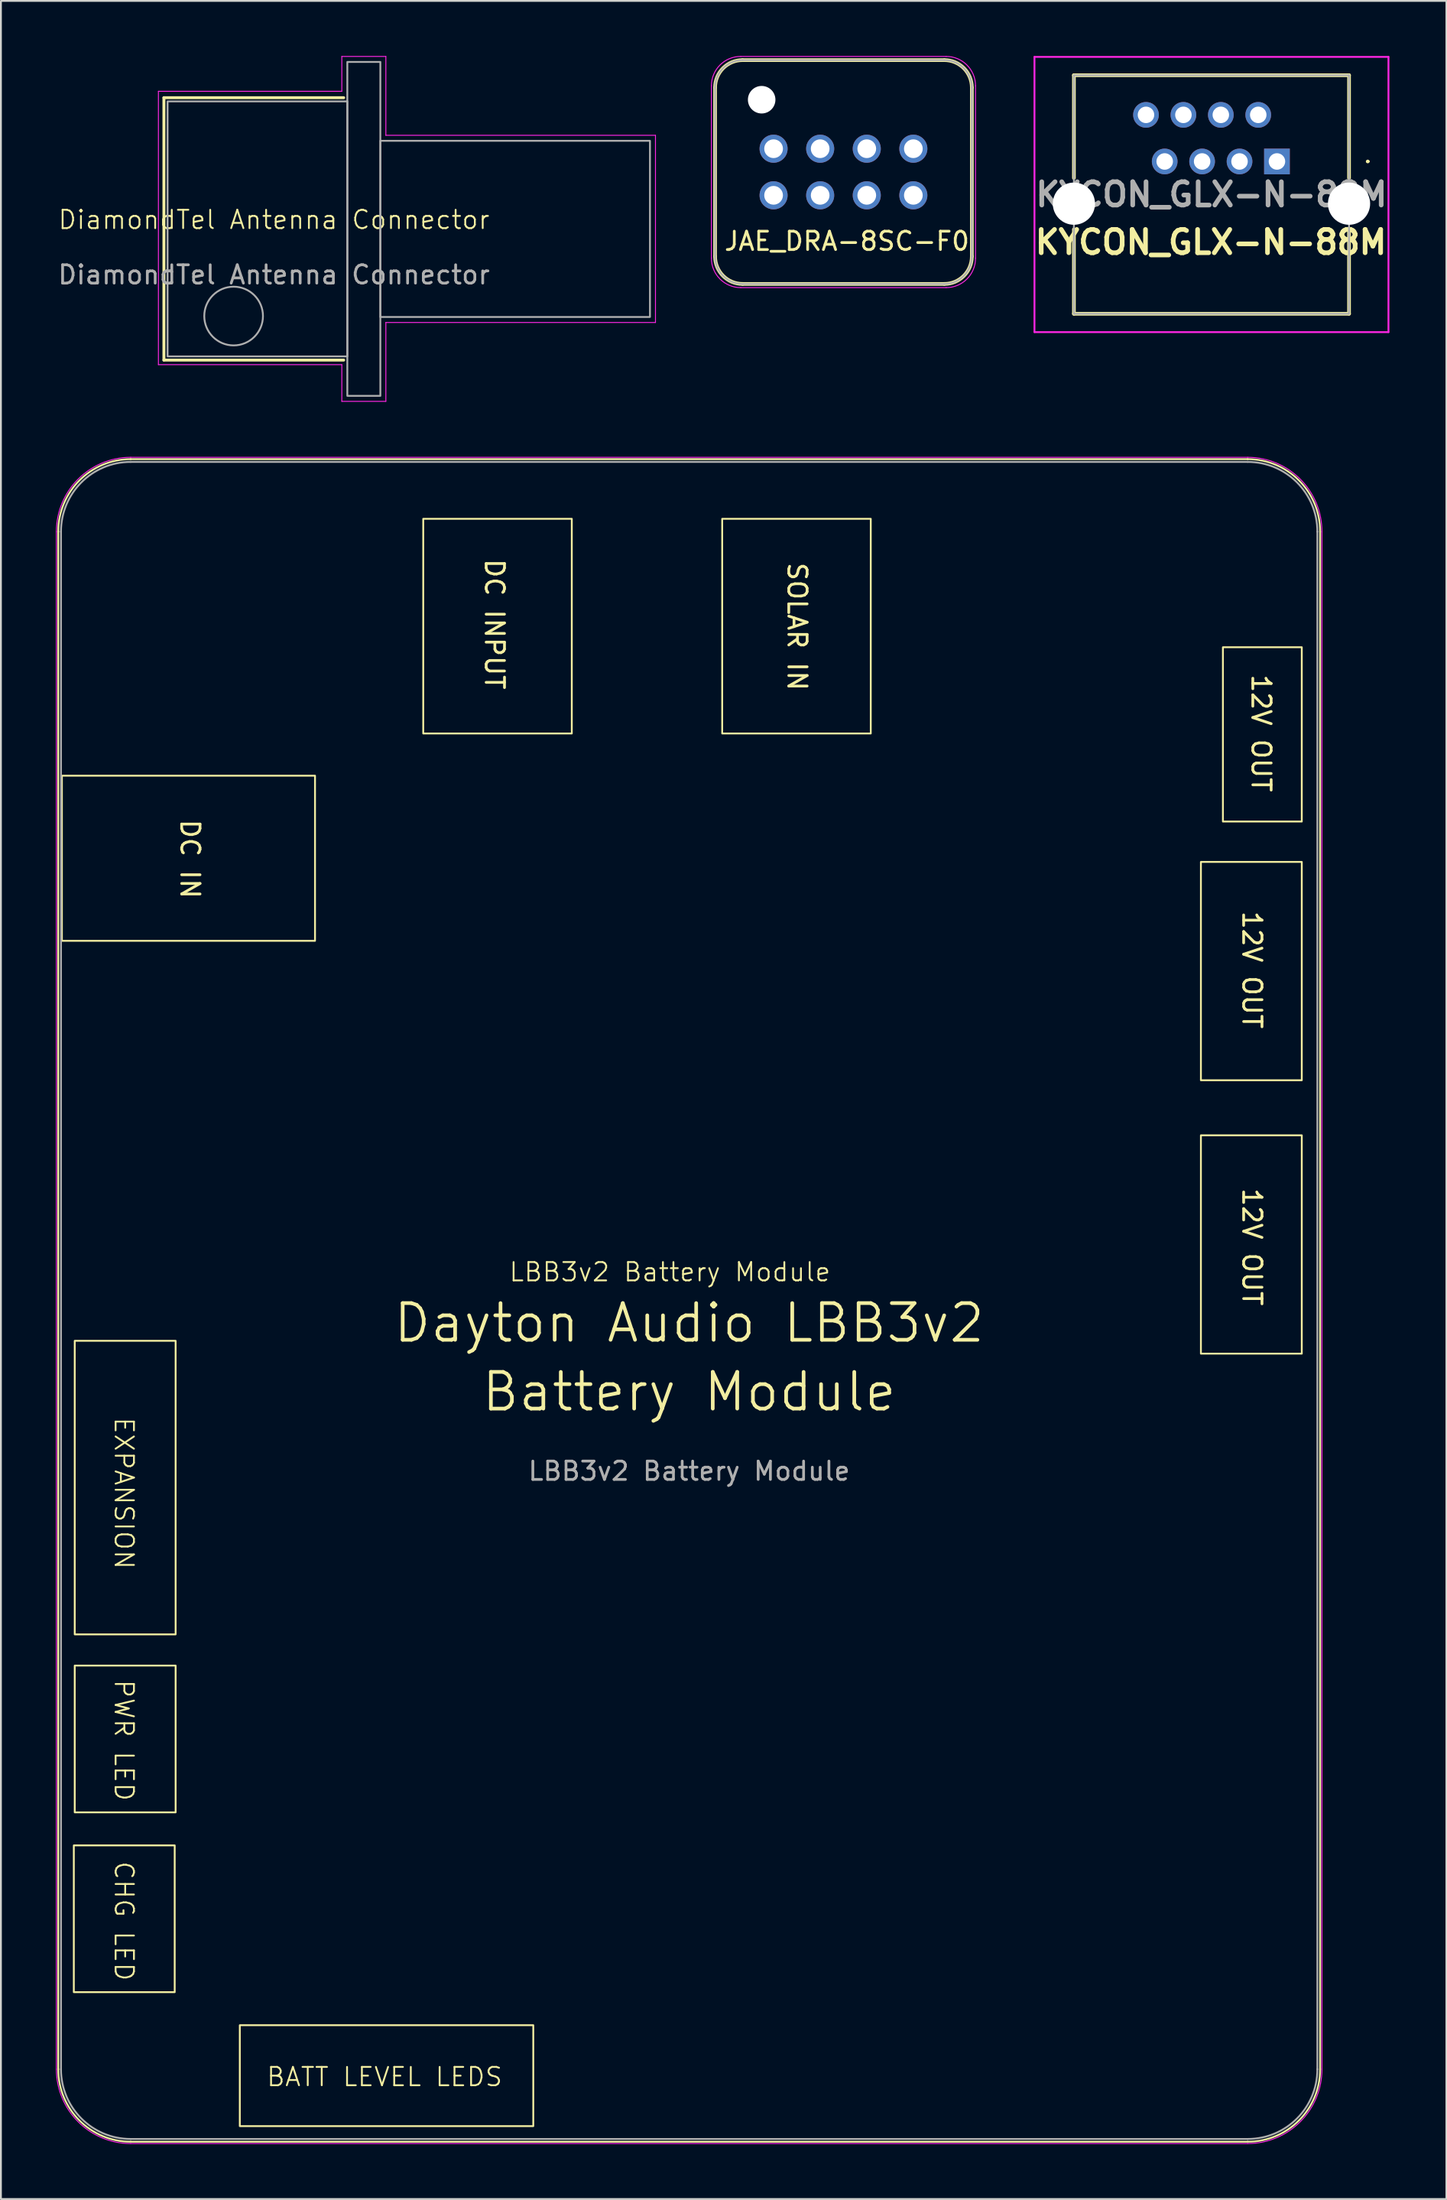
<source format=kicad_pcb>
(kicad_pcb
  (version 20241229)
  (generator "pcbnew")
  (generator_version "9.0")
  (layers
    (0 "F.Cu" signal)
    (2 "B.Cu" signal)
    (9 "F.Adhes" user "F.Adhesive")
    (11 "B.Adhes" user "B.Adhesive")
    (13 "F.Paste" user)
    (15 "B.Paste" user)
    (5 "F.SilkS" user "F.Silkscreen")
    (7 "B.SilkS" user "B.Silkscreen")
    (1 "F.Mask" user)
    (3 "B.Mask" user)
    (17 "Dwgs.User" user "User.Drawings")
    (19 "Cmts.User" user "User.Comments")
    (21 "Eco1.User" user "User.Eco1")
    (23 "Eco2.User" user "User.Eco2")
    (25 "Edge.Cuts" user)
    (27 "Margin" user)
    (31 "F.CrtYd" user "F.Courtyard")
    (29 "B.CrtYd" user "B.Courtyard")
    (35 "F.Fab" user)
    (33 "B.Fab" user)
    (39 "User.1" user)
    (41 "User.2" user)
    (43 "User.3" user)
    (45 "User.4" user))
  (footprint "LBB3v2 Battery Module"
    (layer "F.Cu")
    (at 34.525 67.825)
    (property "Reference" "LBB3v2 Battery Module" (at -1.05 -1.55 0) (unlocked yes) (layer "F.SilkS") (effects (font (size 1 1) (thickness 0.1))))
    (fp_line (start -34.4 -41.9) (end -34.4 41.9) (stroke (width 0.1) (type default)) (layer "F.SilkS"))
    (fp_line (start -30.45 45.85) (end 30.45 45.85) (stroke (width 0.1) (type default)) (layer "F.SilkS"))
    (fp_line (start 30.45 -45.85) (end -30.45 -45.85) (stroke (width 0.1) (type default)) (layer "F.SilkS"))
    (fp_line (start 34.4 41.9) (end 34.4 -41.9) (stroke (width 0.1) (type default)) (layer "F.SilkS"))
    (fp_rect (start -28.05 29.7) (end -33.55 37.7) (stroke (width 0.1) (type default)) (fill no) (layer "F.SilkS"))
    (fp_rect (start -28 2.2) (end -33.5 18.2) (stroke (width 0.1) (type default)) (fill no) (layer "F.SilkS"))
    (fp_rect (start -28 19.9) (end -33.5 27.9) (stroke (width 0.1) (type default)) (fill no) (layer "F.SilkS"))
    (fp_rect (start -24.5 39.5) (end -8.5 45) (stroke (width 0.1) (type default)) (fill no) (layer "F.SilkS"))
    (fp_rect (start -20.4 -28.6) (end -34.2 -19.6) (stroke (width 0.1) (type default)) (fill no) (layer "F.SilkS"))
    (fp_rect (start -6.4 -42.6) (end -14.5 -30.9) (stroke (width 0.1) (type default)) (fill no) (layer "F.SilkS"))
    (fp_rect (start 9.9 -42.6) (end 1.8 -30.9) (stroke (width 0.1) (type default)) (fill no) (layer "F.SilkS"))
    (fp_rect (start 33.4 -26.1) (end 29.1 -35.6) (stroke (width 0.1) (type default)) (fill no) (layer "F.SilkS"))
    (fp_rect (start 33.4 -23.9) (end 27.9 -12) (stroke (width 0.1) (type default)) (fill no) (layer "F.SilkS"))
    (fp_rect (start 33.4 -9) (end 27.9 2.9) (stroke (width 0.1) (type default)) (fill no) (layer "F.SilkS"))
    (fp_arc (start -34.4 -41.9) (mid -33.243072 -44.693072) (end -30.45 -45.85) (stroke (width 0.1) (type default)) (layer "F.SilkS"))
    (fp_arc (start -30.45 45.85) (mid -33.243072 44.693072) (end -34.4 41.9) (stroke (width 0.1) (type default)) (layer "F.SilkS"))
    (fp_arc (start 30.45 -45.85) (mid 33.243072 -44.693072) (end 34.4 -41.9) (stroke (width 0.1) (type default)) (layer "F.SilkS"))
    (fp_arc (start 34.4 41.9) (mid 33.243072 44.693072) (end 30.45 45.85) (stroke (width 0.1) (type default)) (layer "F.SilkS"))
    (fp_line (start -34.5 -41.9) (end -34.5 41.9) (stroke (width 0.05) (type default)) (layer "F.CrtYd"))
    (fp_line (start -30.45 45.95) (end 30.45 45.95) (stroke (width 0.05) (type default)) (layer "F.CrtYd"))
    (fp_line (start 30.45 -45.95) (end -30.45 -45.95) (stroke (width 0.05) (type default)) (layer "F.CrtYd"))
    (fp_line (start 34.5 41.9) (end 34.5 -41.9) (stroke (width 0.05) (type default)) (layer "F.CrtYd"))
    (fp_arc (start -34.5 -41.9) (mid -33.313782 -44.763782) (end -30.45 -45.95) (stroke (width 0.05) (type default)) (layer "F.CrtYd"))
    (fp_arc (start -30.45 45.95) (mid -33.313782 44.763782) (end -34.5 41.9) (stroke (width 0.05) (type default)) (layer "F.CrtYd"))
    (fp_arc (start 30.45 -45.95) (mid 33.313782 -44.763782) (end 34.5 -41.9) (stroke (width 0.05) (type default)) (layer "F.CrtYd"))
    (fp_arc (start 34.5 41.9) (mid 33.313782 44.763782) (end 30.45 45.95) (stroke (width 0.05) (type default)) (layer "F.CrtYd"))
    (fp_line (start -34.25 -41.9) (end -34.25 41.9) (stroke (width 0.1) (type default)) (layer "F.Fab"))
    (fp_line (start -30.45 45.7) (end 30.45 45.7) (stroke (width 0.1) (type default)) (layer "F.Fab"))
    (fp_line (start 30.45 -45.7) (end -30.45 -45.7) (stroke (width 0.1) (type default)) (layer "F.Fab"))
    (fp_line (start 34.25 41.9) (end 34.25 -41.9) (stroke (width 0.1) (type default)) (layer "F.Fab"))
    (fp_arc (start -34.25 -41.9) (mid -33.137006 -44.587006) (end -30.45 -45.7) (stroke (width 0.1) (type default)) (layer "F.Fab"))
    (fp_arc (start -30.45 45.7) (mid -33.137006 44.587006) (end -34.25 41.9) (stroke (width 0.1) (type default)) (layer "F.Fab"))
    (fp_arc (start 30.45 -45.7) (mid 33.137006 -44.587006) (end 34.25 -41.9) (stroke (width 0.1) (type default)) (layer "F.Fab"))
    (fp_arc (start 34.25 41.9) (mid 33.137006 44.587006) (end 30.45 45.7) (stroke (width 0.1) (type default)) (layer "F.Fab"))
    (fp_text user "12V OUT" (at 30.1 -21.3 270) (unlocked yes) (layer "F.SilkS") (effects (font (size 1 1) (thickness 0.15)) (justify left bottom)))
    (fp_text user "DC INPUT" (at -11.2 -40.5 270) (unlocked yes) (layer "F.SilkS") (effects (font (size 1 1) (thickness 0.15)) (justify left bottom)))
    (fp_text user "CHG LED" (at -31.4 30.5 270) (unlocked yes) (layer "F.SilkS") (effects (font (size 1 1) (thickness 0.1)) (justify left bottom)))
    (fp_text user "12V OUT" (at 30.6 -34.2 270) (unlocked yes) (layer "F.SilkS") (effects (font (size 1 1) (thickness 0.15)) (justify left bottom)))
    (fp_text user "PWR LED" (at -31.4 20.6 270) (unlocked yes) (layer "F.SilkS") (effects (font (size 1 1) (thickness 0.1)) (justify left bottom)))
    (fp_text user "SOLAR IN" (at 5.3 -40.3 270) (unlocked yes) (layer "F.SilkS") (effects (font (size 1 1) (thickness 0.15)) (justify left bottom)))
    (fp_text user "DC IN" (at -27.8 -26.3 270) (unlocked yes) (layer "F.SilkS") (effects (font (size 1 1) (thickness 0.15)) (justify left bottom)))
    (fp_text user "12V OUT" (at 30.1 -6.2 270) (unlocked yes) (layer "F.SilkS") (effects (font (size 1 1) (thickness 0.15)) (justify left bottom)))
    (fp_text user "BATT LEVEL LEDS" (at -23.1 42.9 0) (unlocked yes) (layer "F.SilkS") (effects (font (size 1 1) (thickness 0.1)) (justify left bottom)))
    (fp_text user "Battery Module" (at 0 6.15 0) (unlocked yes) (layer "F.SilkS") (effects (font (size 2 2) (thickness 0.2)) (justify bottom)))
    (fp_text user "Dayton Audio LBB3v2" (at 0 2.4 0) (unlocked yes) (layer "F.SilkS") (effects (font (size 2 2) (thickness 0.2)) (justify bottom)))
    (fp_text user "EXPANSION" (at -31.4 6.3 270) (unlocked yes) (layer "F.SilkS") (effects (font (size 1 1) (thickness 0.1)) (justify left bottom)))
    (fp_text user "${REFERENCE}" (at 0 9.3 0) (unlocked yes) (layer "F.Fab") (effects (font (size 1 1) (thickness 0.15)))))
  (footprint "KYCON_GLX-N-88M"
    (layer "F.Cu")
    (at 66.571 5.75)
    (property "Reference" "KYCON_GLX-N-88M" (at -3.6 4.4 0) (layer "F.SilkS") (effects (font (size 1.27 1.27) (thickness 0.254))))
    (attr through_hole)
    (fp_line (start -11.07 -4.7) (end 3.93 -4.7) (stroke (width 0.2) (type solid)) (layer "F.SilkS"))
    (fp_line (start -11.07 0.9) (end -11.07 -4.7) (stroke (width 0.2) (type solid)) (layer "F.SilkS"))
    (fp_line (start -11.07 8.3) (end -11.07 3.7) (stroke (width 0.2) (type solid)) (layer "F.SilkS"))
    (fp_line (start 3.93 -4.7) (end 3.93 0.9) (stroke (width 0.2) (type solid)) (layer "F.SilkS"))
    (fp_line (start 3.93 3.7) (end 3.93 8.3) (stroke (width 0.2) (type solid)) (layer "F.SilkS"))
    (fp_line (start 3.93 8.3) (end -11.07 8.3) (stroke (width 0.2) (type solid)) (layer "F.SilkS"))
    (fp_line (start 4.9 0) (end 4.9 0) (stroke (width 0.1) (type solid)) (layer "F.SilkS"))
    (fp_line (start 5 0) (end 5 0) (stroke (width 0.1) (type solid)) (layer "F.SilkS"))
    (fp_arc (start 4.9 0) (mid 4.95 -0.05) (end 5 0) (stroke (width 0.1) (type solid)) (layer "F.SilkS"))
    (fp_arc (start 5 0) (mid 4.95 0.05) (end 4.9 0) (stroke (width 0.1) (type solid)) (layer "F.SilkS"))
    (fp_line (start -13.22 -5.7) (end -13.22 9.3) (stroke (width 0.1) (type solid)) (layer "F.CrtYd"))
    (fp_line (start -13.22 9.3) (end 6.08 9.3) (stroke (width 0.1) (type solid)) (layer "F.CrtYd"))
    (fp_line (start 6.08 -5.7) (end -13.22 -5.7) (stroke (width 0.1) (type solid)) (layer "F.CrtYd"))
    (fp_line (start 6.08 9.3) (end 6.08 -5.7) (stroke (width 0.1) (type solid)) (layer "F.CrtYd"))
    (fp_line (start -11.07 -4.7) (end -11.07 8.3) (stroke (width 0.1) (type solid)) (layer "F.Fab"))
    (fp_line (start -11.07 8.3) (end 3.93 8.3) (stroke (width 0.1) (type solid)) (layer "F.Fab"))
    (fp_line (start 3.93 -4.7) (end -11.07 -4.7) (stroke (width 0.1) (type solid)) (layer "F.Fab"))
    (fp_line (start 3.93 8.3) (end 3.93 -4.7) (stroke (width 0.1) (type solid)) (layer "F.Fab"))
    (fp_text user "${REFERENCE}" (at -3.57 1.8 0) (layer "F.Fab") (effects (font (size 1.27 1.27) (thickness 0.254))))
    (pad "" np_thru_hole circle (at -11.07 2.3) (size 2.3 2.3) (drill 2.3) (layers "*.Cu" "*.Mask"))
    (pad "" np_thru_hole circle (at 3.93 2.3) (size 2.3 2.3) (drill 2.3) (layers "*.Cu" "*.Mask"))
    (pad "1" thru_hole rect (at 0 0) (size 1.4 1.4) (drill 0.9) (layers "*.Cu" "*.Mask"))
    (pad "2" thru_hole circle (at -1.02 -2.54) (size 1.4 1.4) (drill 0.9) (layers "*.Cu" "*.Mask"))
    (pad "3" thru_hole circle (at -2.04 0) (size 1.4 1.4) (drill 0.9) (layers "*.Cu" "*.Mask"))
    (pad "4" thru_hole circle (at -3.06 -2.54) (size 1.4 1.4) (drill 0.9) (layers "*.Cu" "*.Mask"))
    (pad "5" thru_hole circle (at -4.08 0) (size 1.4 1.4) (drill 0.9) (layers "*.Cu" "*.Mask"))
    (pad "6" thru_hole circle (at -5.1 -2.54) (size 1.4 1.4) (drill 0.9) (layers "*.Cu" "*.Mask"))
    (pad "7" thru_hole circle (at -6.12 0) (size 1.4 1.4) (drill 0.9) (layers "*.Cu" "*.Mask"))
    (pad "8" thru_hole circle (at -7.14 -2.54) (size 1.4 1.4) (drill 0.9) (layers "*.Cu" "*.Mask")))
  (footprint "DiamondTel Antenna Connector"
    (layer "F.Cu")
    (at 11.887 9.425)
    (property "Reference" "DiamondTel Antenna Connector" (at 0 -0.5 0) (unlocked yes) (layer "F.SilkS") (effects (font (size 1 1) (thickness 0.1))))
    (fp_line (start -6 -7.15) (end -6 7.15) (stroke (width 0.16) (type default)) (layer "F.SilkS"))
    (fp_line (start -6 7.15) (end 3.8 7.15) (stroke (width 0.16) (type default)) (layer "F.SilkS"))
    (fp_line (start 3.8 -7.15) (end -6 -7.15) (stroke (width 0.16) (type default)) (layer "F.SilkS"))
    (fp_line (start -6.3 -7.5) (end 3.7 -7.5) (stroke (width 0.05) (type default)) (layer "F.CrtYd"))
    (fp_line (start -6.3 7.4) (end -6.3 -7.5) (stroke (width 0.05) (type default)) (layer "F.CrtYd"))
    (fp_line (start 3.7 -9.4) (end 6.1 -9.4) (stroke (width 0.05) (type default)) (layer "F.CrtYd"))
    (fp_line (start 3.7 -7.5) (end 3.7 -9.4) (stroke (width 0.05) (type default)) (layer "F.CrtYd"))
    (fp_line (start 3.7 7.4) (end -6.3 7.4) (stroke (width 0.05) (type default)) (layer "F.CrtYd"))
    (fp_line (start 3.7 9.4) (end 3.7 7.4) (stroke (width 0.05) (type default)) (layer "F.CrtYd"))
    (fp_line (start 6.1 -9.4) (end 6.1 -5.1) (stroke (width 0.05) (type default)) (layer "F.CrtYd"))
    (fp_line (start 6.1 -5.1) (end 20.8 -5.1) (stroke (width 0.05) (type default)) (layer "F.CrtYd"))
    (fp_line (start 6.1 5.1) (end 6.1 9.4) (stroke (width 0.05) (type default)) (layer "F.CrtYd"))
    (fp_line (start 6.1 9.4) (end 3.7 9.4) (stroke (width 0.05) (type default)) (layer "F.CrtYd"))
    (fp_line (start 20.8 -5.1) (end 20.8 5.1) (stroke (width 0.05) (type default)) (layer "F.CrtYd"))
    (fp_line (start 20.8 5.1) (end 6.1 5.1) (stroke (width 0.05) (type default)) (layer "F.CrtYd"))
    (fp_rect (start -5.8 -6.95) (end 4 6.95) (stroke (width 0.1) (type default)) (fill no) (layer "F.Fab"))
    (fp_rect (start 4 -9.1) (end 5.8 9.1) (stroke (width 0.1) (type default)) (fill no) (layer "F.Fab"))
    (fp_rect (start 5.8 -4.8) (end 20.5 4.8) (stroke (width 0.1) (type default)) (fill no) (layer "F.Fab"))
    (fp_circle (center -2.2 4.75) (end -2.2 6.35) (stroke (width 0.1) (type default)) (fill no) (layer "F.Fab"))
    (fp_text user "${REFERENCE}" (at 0 2.5 0) (unlocked yes) (layer "F.Fab") (effects (font (size 1 1) (thickness 0.15)))))
  (footprint "JAE_DRA-8SC-F0"
    (layer "F.Cu")
    (at 39.127 7.595)
    (property "Reference" "JAE_DRA-8SC-F0" (at 4 2.5 180) (layer "F.SilkS") (effects (font (size 1 1) (thickness 0.15))))
    (attr through_hole)
    (fp_line (start -3.19 -5.87) (end -3.19 3.33) (stroke (width 0.2) (type solid)) (layer "F.SilkS"))
    (fp_line (start -1.69 4.83) (end 9.31 4.83) (stroke (width 0.2) (type solid)) (layer "F.SilkS"))
    (fp_line (start 9.31 -7.37) (end -1.69 -7.37) (stroke (width 0.2) (type solid)) (layer "F.SilkS"))
    (fp_line (start 10.81 3.33) (end 10.81 -5.87) (stroke (width 0.2) (type solid)) (layer "F.SilkS"))
    (fp_arc (start -3.19 -5.87) (mid -2.75066 -6.93066) (end -1.69 -7.37) (stroke (width 0.2) (type default)) (layer "F.SilkS"))
    (fp_arc (start -1.69 4.83) (mid -2.75066 4.39066) (end -3.19 3.33) (stroke (width 0.2) (type default)) (layer "F.SilkS"))
    (fp_arc (start 9.310001 -7.370001) (mid 10.370661 -6.930661) (end 10.810001 -5.870001) (stroke (width 0.2) (type default)) (layer "F.SilkS"))
    (fp_arc (start 10.81 3.33) (mid 10.37066 4.39066) (end 9.31 4.83) (stroke (width 0.2) (type default)) (layer "F.SilkS"))
    (fp_line (start -3.39 -5.97) (end -3.39 3.43) (stroke (width 0.05) (type solid)) (layer "F.CrtYd"))
    (fp_line (start -1.79 5.03) (end 9.41 5.03) (stroke (width 0.05) (type solid)) (layer "F.CrtYd"))
    (fp_line (start 9.41 -7.57) (end -1.79 -7.57) (stroke (width 0.05) (type solid)) (layer "F.CrtYd"))
    (fp_line (start 11.01 3.43) (end 11.01 -5.97) (stroke (width 0.05) (type solid)) (layer "F.CrtYd"))
    (fp_arc (start -3.39 -5.97) (mid -2.921371 -7.101371) (end -1.79 -7.57) (stroke (width 0.05) (type default)) (layer "F.CrtYd"))
    (fp_arc (start -1.79 5.03) (mid -2.921371 4.561371) (end -3.39 3.43) (stroke (width 0.05) (type default)) (layer "F.CrtYd"))
    (fp_arc (start 9.41 -7.57) (mid 10.541371 -7.101371) (end 11.01 -5.97) (stroke (width 0.05) (type default)) (layer "F.CrtYd"))
    (fp_arc (start 11.01 3.43) (mid 10.541371 4.561371) (end 9.41 5.03) (stroke (width 0.05) (type default)) (layer "F.CrtYd"))
    (fp_line (start -3.19 -5.87) (end -3.19 3.33) (stroke (width 0.1) (type solid)) (layer "F.Fab"))
    (fp_line (start -1.69 4.83) (end 9.31 4.83) (stroke (width 0.1) (type solid)) (layer "F.Fab"))
    (fp_line (start 9.31 -7.37) (end -1.69 -7.37) (stroke (width 0.1) (type solid)) (layer "F.Fab"))
    (fp_line (start 10.81 3.33) (end 10.81 -5.87) (stroke (width 0.1) (type solid)) (layer "F.Fab"))
    (fp_arc (start -3.190001 -5.870001) (mid -2.750661 -6.930661) (end -1.690001 -7.370001) (stroke (width 0.1) (type default)) (layer "F.Fab"))
    (fp_arc (start -1.69 4.83) (mid -2.75066 4.39066) (end -3.19 3.33) (stroke (width 0.1) (type default)) (layer "F.Fab"))
    (fp_arc (start 9.310001 -7.370001) (mid 10.370661 -6.930661) (end 10.810001 -5.870001) (stroke (width 0.1) (type default)) (layer "F.Fab"))
    (fp_arc (start 10.810001 3.330001) (mid 10.370661 4.390661) (end 9.310001 4.830001) (stroke (width 0.1) (type default)) (layer "F.Fab"))
    (pad "" np_thru_hole circle (at -0.65 -5.21 180) (size 1.5 1.5) (drill 1.5) (layers "*.Cu" "*.Mask"))
    (pad "1" thru_hole circle (at 0 0 180) (size 1.53 1.53) (drill 1.02) (layers "*.Cu" "*.Mask"))
    (pad "2" thru_hole circle (at 2.54 0 180) (size 1.53 1.53) (drill 1.02) (layers "*.Cu" "*.Mask"))
    (pad "3" thru_hole circle (at 5.08 0 180) (size 1.53 1.53) (drill 1.02) (layers "*.Cu" "*.Mask"))
    (pad "4" thru_hole circle (at 7.62 0 180) (size 1.53 1.53) (drill 1.02) (layers "*.Cu" "*.Mask"))
    (pad "5" thru_hole circle (at 0 -2.54 180) (size 1.53 1.53) (drill 1.02) (layers "*.Cu" "*.Mask"))
    (pad "6" thru_hole circle (at 2.54 -2.54 180) (size 1.53 1.53) (drill 1.02) (layers "*.Cu" "*.Mask"))
    (pad "7" thru_hole circle (at 5.08 -2.54 180) (size 1.53 1.53) (drill 1.02) (layers "*.Cu" "*.Mask"))
    (pad "8" thru_hole circle (at 7.62 -2.54 180) (size 1.53 1.53) (drill 1.02) (layers "*.Cu" "*.Mask")))
  (gr_rect
    (start -3 -3)
    (end 75.81 116.8)
    (stroke (width 0.1) (type default))
    (fill no)
    (layer "Edge.Cuts")))
</source>
